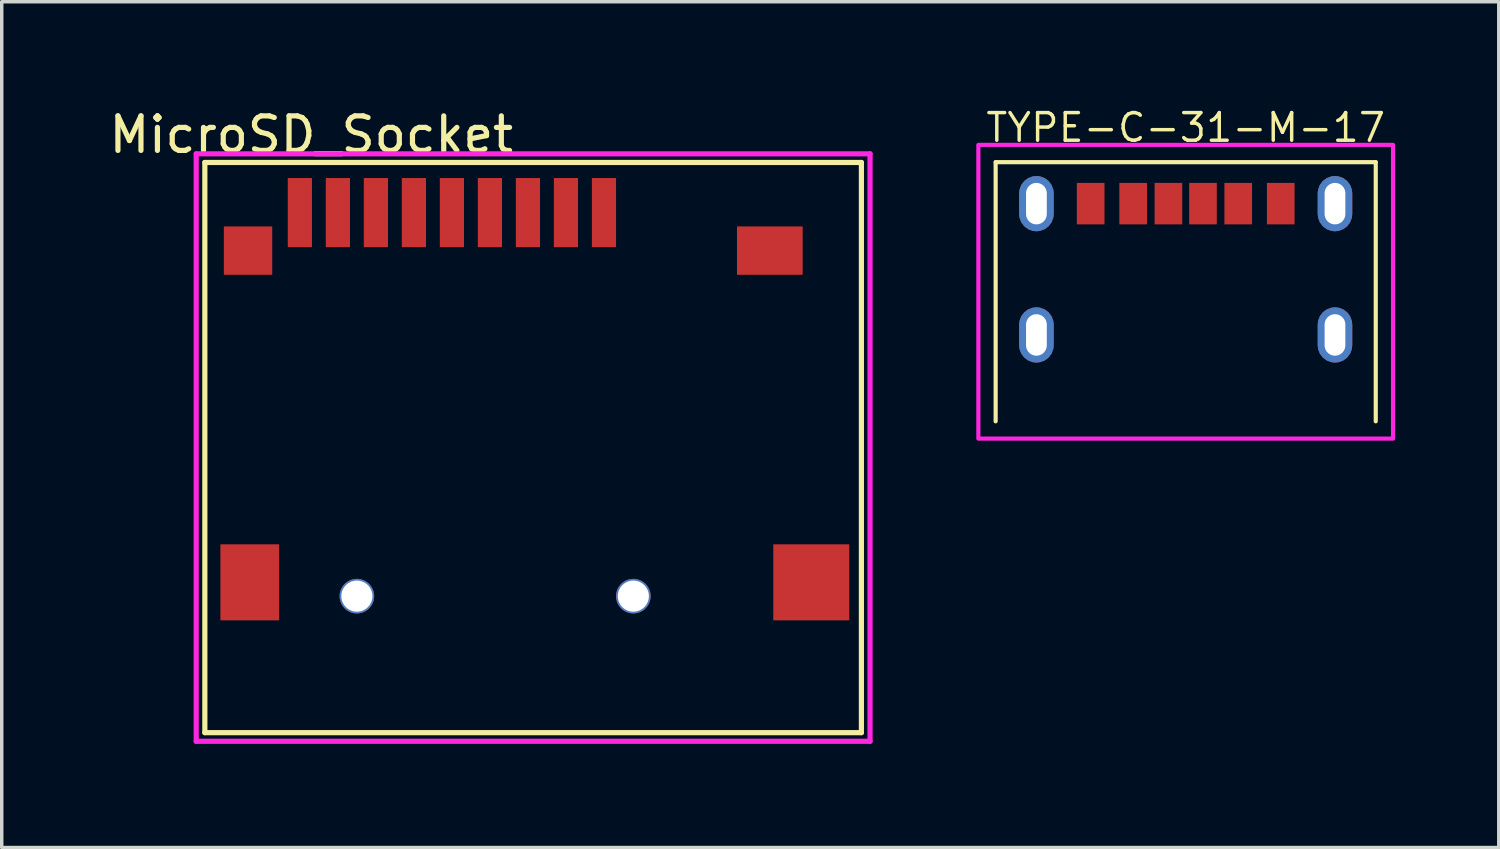
<source format=kicad_pcb>
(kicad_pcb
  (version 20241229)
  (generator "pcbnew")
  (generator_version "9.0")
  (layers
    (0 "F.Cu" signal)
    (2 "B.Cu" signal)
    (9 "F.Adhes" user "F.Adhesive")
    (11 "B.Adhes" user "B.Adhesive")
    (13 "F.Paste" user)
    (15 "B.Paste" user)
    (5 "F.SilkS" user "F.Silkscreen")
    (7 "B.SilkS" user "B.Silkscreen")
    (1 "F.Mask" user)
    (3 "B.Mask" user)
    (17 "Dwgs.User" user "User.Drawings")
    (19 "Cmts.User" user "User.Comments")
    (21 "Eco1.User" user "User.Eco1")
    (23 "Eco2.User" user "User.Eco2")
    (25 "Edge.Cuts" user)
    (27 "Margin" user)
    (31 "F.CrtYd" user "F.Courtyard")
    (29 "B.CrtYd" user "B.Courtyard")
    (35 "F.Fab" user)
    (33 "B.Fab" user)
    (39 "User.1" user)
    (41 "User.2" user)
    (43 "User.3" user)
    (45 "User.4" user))
  (footprint "MicroSD_Socket"
    (layer "F.Cu")
    (at 5.628 3.402)
    (property "Reference" "MicroSD_Socket" (at 0.33 -2.554 0) (layer "F.SilkS") (effects (font (size 1 1) (thickness 0.15))))
    (attr smd)
    (fp_line (start -2.75 -1.75) (end -2.75 14.75) (stroke (width 0.15) (type solid)) (layer "F.SilkS"))
    (fp_line (start -2.75 14.75) (end 16.25 14.75) (stroke (width 0.15) (type solid)) (layer "F.SilkS"))
    (fp_line (start 16.25 -1.75) (end -2.75 -1.75) (stroke (width 0.15) (type solid)) (layer "F.SilkS"))
    (fp_line (start 16.25 14.75) (end 16.25 -1.75) (stroke (width 0.15) (type solid)) (layer "F.SilkS"))
    (fp_line (start -3 -2) (end 16.5 -2) (stroke (width 0.15) (type solid)) (layer "F.CrtYd"))
    (fp_line (start -3 15) (end -3 -2) (stroke (width 0.15) (type solid)) (layer "F.CrtYd"))
    (fp_line (start 16.5 -2) (end 16.5 15) (stroke (width 0.15) (type solid)) (layer "F.CrtYd"))
    (fp_line (start 16.5 15) (end -3 15) (stroke (width 0.15) (type solid)) (layer "F.CrtYd"))
    (pad "" np_thru_hole circle (at 1.65 10.8) (size 1 1) (drill 0.9) (layers "*.Cu" "*.Mask"))
    (pad "" np_thru_hole circle (at 9.65 10.8) (size 1 1) (drill 0.9) (layers "*.Cu" "*.Mask"))
    (pad "1" smd rect (at 8.8 -0.3) (size 0.7 2) (layers "F.Cu" "F.Mask" "F.Paste"))
    (pad "2" smd rect (at 7.7 -0.3) (size 0.7 2) (layers "F.Cu" "F.Mask" "F.Paste"))
    (pad "3" smd rect (at 6.6 -0.3) (size 0.7 2) (layers "F.Cu" "F.Mask" "F.Paste"))
    (pad "4" smd rect (at 5.5 -0.3) (size 0.7 2) (layers "F.Cu" "F.Mask" "F.Paste"))
    (pad "5" smd rect (at 4.4 -0.3) (size 0.7 2) (layers "F.Cu" "F.Mask" "F.Paste"))
    (pad "6" smd rect (at 3.3 -0.3) (size 0.7 2) (layers "F.Cu" "F.Mask" "F.Paste"))
    (pad "7" smd rect (at 2.2 -0.3) (size 0.7 2) (layers "F.Cu" "F.Mask" "F.Paste"))
    (pad "8" smd rect (at 1.1 -0.3) (size 0.7 2) (layers "F.Cu" "F.Mask" "F.Paste"))
    (pad "9" smd rect (at 0 -0.3) (size 0.7 2) (layers "F.Cu" "F.Mask" "F.Paste"))
    (pad "11" smd rect (at -1.5 0.8) (size 1.4 1.4) (layers "F.Cu" "F.Mask" "F.Paste"))
    (pad "11" smd rect (at -1.45 10.4) (size 1.7 2.2) (layers "F.Cu" "F.Mask" "F.Paste"))
    (pad "11" smd rect (at 13.6 0.8) (size 1.9 1.4) (layers "F.Cu" "F.Mask" "F.Paste"))
    (pad "11" smd rect (at 14.8 10.4) (size 2.2 2.2) (layers "F.Cu" "F.Mask" "F.Paste")))
  (footprint "TYPE-C-31-M-17"
    (layer "F.Cu")
    (at 31.263 9.243)
    (property "Reference" "TYPE-C-31-M-17" (at 0 -8.6 0) (layer "F.SilkS") (effects (font (size 0.8 0.8) (thickness 0.1))))
    (attr smd)
    (fp_line (start -5.5 -7.6) (end -5.5 -0.1) (stroke (width 0.12) (type default)) (layer "F.SilkS"))
    (fp_line (start 5.5 -7.6) (end -5.5 -7.6) (stroke (width 0.12) (type default)) (layer "F.SilkS"))
    (fp_line (start 5.5 -0.1) (end 5.5 -7.6) (stroke (width 0.12) (type default)) (layer "F.SilkS"))
    (fp_rect (start -6 -8.1) (end 6 0.4) (stroke (width 0.12) (type default)) (fill no) (layer "F.CrtYd"))
    (fp_line (start 4.5 0) (end -4.5 0) (stroke (width 0.12) (type default)) (layer "User.1"))
    (fp_text user "EDGE" (at 0 -0.35 0) (unlocked yes) (layer "User.1") (effects (font (size 1 1) (thickness 0.15)) (justify bottom)))
    (pad "1" thru_hole roundrect (at -4.32 -6.4) (size 1 1.6) (drill oval 0.6 1.2) (layers "*.Cu" "*.Mask") (roundrect_rratio 0.5))
    (pad "1" thru_hole roundrect (at -4.32 -2.6) (size 1 1.6) (drill oval 0.6 1.2) (layers "*.Cu" "*.Mask") (roundrect_rratio 0.5))
    (pad "1" thru_hole roundrect (at 4.32 -6.4) (size 1 1.6) (drill oval 0.6 1.2) (layers "*.Cu" "*.Mask") (roundrect_rratio 0.5))
    (pad "1" thru_hole roundrect (at 4.32 -2.6) (size 1 1.6) (drill oval 0.6 1.2) (layers "*.Cu" "*.Mask") (roundrect_rratio 0.5))
    (pad "A5" smd rect (at -0.5 -6.4) (size 0.8 1.2) (layers "F.Cu" "F.Mask" "F.Paste"))
    (pad "A9" smd rect (at 1.52 -6.4) (size 0.8 1.2) (layers "F.Cu" "F.Mask" "F.Paste"))
    (pad "A12" smd rect (at 2.75 -6.4) (size 0.8 1.2) (layers "F.Cu" "F.Mask" "F.Paste"))
    (pad "B5" smd rect (at 0.5 -6.4) (size 0.8 1.2) (layers "F.Cu" "F.Mask" "F.Paste"))
    (pad "B9" smd rect (at -1.52 -6.4) (size 0.8 1.2) (layers "F.Cu" "F.Mask" "F.Paste"))
    (pad "B12" smd rect (at -2.75 -6.4) (size 0.8 1.2) (layers "F.Cu" "F.Mask" "F.Paste")))
  (gr_rect
    (start -3 -3)
    (end 40.323 21.477)
    (stroke (width 0.1) (type default))
    (fill no)
    (layer "Edge.Cuts")))
</source>
